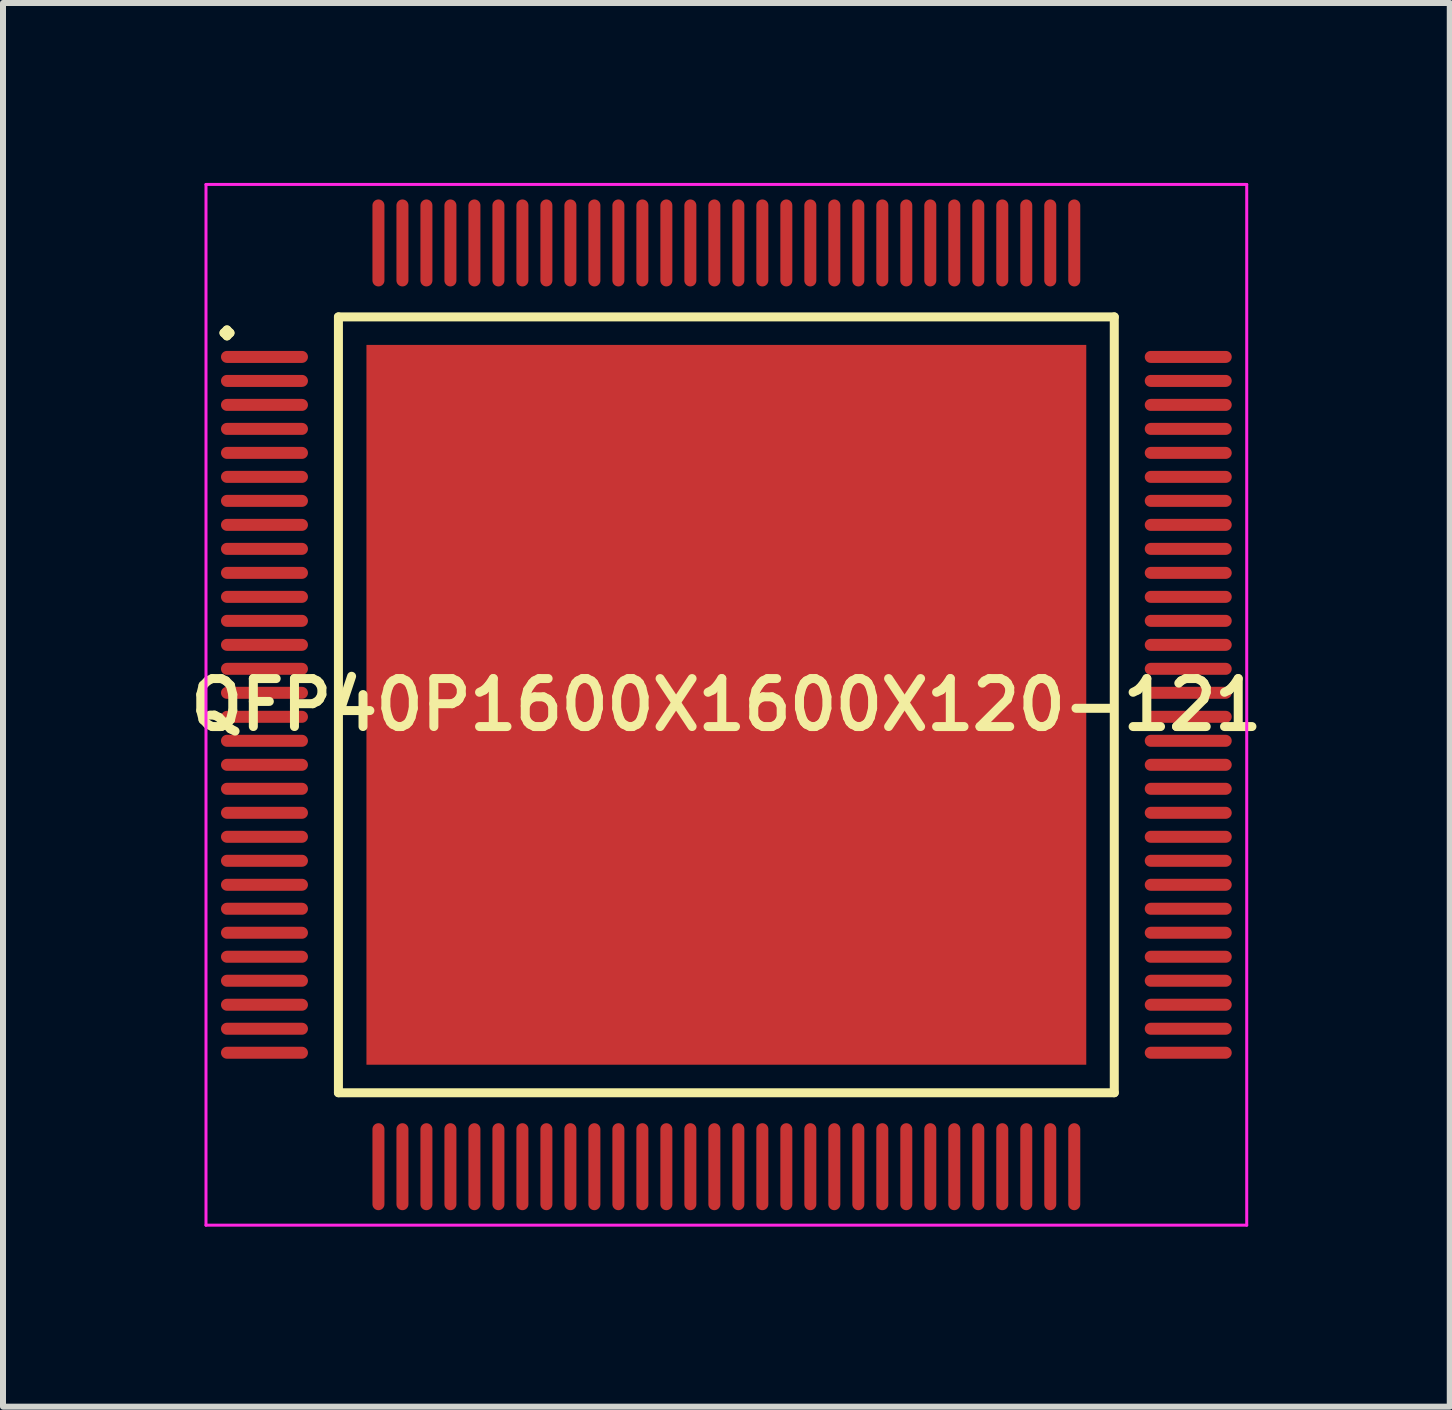
<source format=kicad_pcb>
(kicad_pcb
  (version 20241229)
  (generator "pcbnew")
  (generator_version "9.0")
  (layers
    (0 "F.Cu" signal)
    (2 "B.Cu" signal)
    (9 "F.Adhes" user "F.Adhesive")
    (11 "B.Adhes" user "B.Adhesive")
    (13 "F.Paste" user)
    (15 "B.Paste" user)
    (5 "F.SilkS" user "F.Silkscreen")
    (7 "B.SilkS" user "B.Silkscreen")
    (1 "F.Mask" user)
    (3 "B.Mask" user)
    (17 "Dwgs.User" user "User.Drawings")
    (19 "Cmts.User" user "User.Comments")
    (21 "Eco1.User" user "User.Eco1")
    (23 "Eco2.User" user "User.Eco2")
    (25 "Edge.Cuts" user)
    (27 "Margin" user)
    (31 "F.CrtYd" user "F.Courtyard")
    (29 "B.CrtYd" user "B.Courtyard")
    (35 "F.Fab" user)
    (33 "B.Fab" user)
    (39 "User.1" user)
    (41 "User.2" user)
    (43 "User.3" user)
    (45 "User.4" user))
  (footprint "QFP40P1600X1600X120-121"
    (layer "F.Cu")
    (at 9.059 8.7)
    (property "Reference" "QFP40P1600X1600X120-121" (at 0 0 0) (layer "F.SilkS") (effects (font (size 0.8 0.8) (thickness 0.15))))
    (attr smd)
    (fp_line (start -8.375 -6.2) (end -8.325 -6.25) (stroke (width 0.15) (type solid)) (layer "F.SilkS"))
    (fp_line (start -8.325 -6.25) (end -8.275 -6.2) (stroke (width 0.15) (type solid)) (layer "F.SilkS"))
    (fp_line (start -8.325 -6.15) (end -8.375 -6.2) (stroke (width 0.15) (type solid)) (layer "F.SilkS"))
    (fp_line (start -8.275 -6.2) (end -8.325 -6.15) (stroke (width 0.15) (type solid)) (layer "F.SilkS"))
    (fp_line (start -6.467 -6.467) (end -6.467 6.467) (stroke (width 0.15) (type solid)) (layer "F.SilkS"))
    (fp_line (start -6.467 6.467) (end 6.467 6.467) (stroke (width 0.15) (type solid)) (layer "F.SilkS"))
    (fp_line (start 6.467 -6.467) (end -6.467 -6.467) (stroke (width 0.15) (type solid)) (layer "F.SilkS"))
    (fp_line (start 6.467 6.467) (end 6.467 -6.467) (stroke (width 0.15) (type solid)) (layer "F.SilkS"))
    (fp_line (start -8.675 -8.675) (end 8.675 -8.675) (stroke (width 0.05) (type solid)) (layer "F.CrtYd"))
    (fp_line (start -8.675 8.675) (end -8.675 -8.675) (stroke (width 0.05) (type solid)) (layer "F.CrtYd"))
    (fp_line (start 8.675 -8.675) (end 8.675 8.675) (stroke (width 0.05) (type solid)) (layer "F.CrtYd"))
    (fp_line (start 8.675 8.675) (end -8.675 8.675) (stroke (width 0.05) (type solid)) (layer "F.CrtYd"))
    (pad "1" smd oval (at -7.7 -5.8) (size 1.45 0.2) (layers "F.Cu" "F.Mask" "F.Paste"))
    (pad "2" smd oval (at -7.7 -5.4) (size 1.45 0.2) (layers "F.Cu" "F.Mask" "F.Paste"))
    (pad "3" smd oval (at -7.7 -5) (size 1.45 0.2) (layers "F.Cu" "F.Mask" "F.Paste"))
    (pad "4" smd oval (at -7.7 -4.6) (size 1.45 0.2) (layers "F.Cu" "F.Mask" "F.Paste"))
    (pad "5" smd oval (at -7.7 -4.2) (size 1.45 0.2) (layers "F.Cu" "F.Mask" "F.Paste"))
    (pad "6" smd oval (at -7.7 -3.8) (size 1.45 0.2) (layers "F.Cu" "F.Mask" "F.Paste"))
    (pad "7" smd oval (at -7.7 -3.4) (size 1.45 0.2) (layers "F.Cu" "F.Mask" "F.Paste"))
    (pad "8" smd oval (at -7.7 -3) (size 1.45 0.2) (layers "F.Cu" "F.Mask" "F.Paste"))
    (pad "9" smd oval (at -7.7 -2.6) (size 1.45 0.2) (layers "F.Cu" "F.Mask" "F.Paste"))
    (pad "10" smd oval (at -7.7 -2.2) (size 1.45 0.2) (layers "F.Cu" "F.Mask" "F.Paste"))
    (pad "11" smd oval (at -7.7 -1.8) (size 1.45 0.2) (layers "F.Cu" "F.Mask" "F.Paste"))
    (pad "12" smd oval (at -7.7 -1.4) (size 1.45 0.2) (layers "F.Cu" "F.Mask" "F.Paste"))
    (pad "13" smd oval (at -7.7 -1) (size 1.45 0.2) (layers "F.Cu" "F.Mask" "F.Paste"))
    (pad "14" smd oval (at -7.7 -0.6) (size 1.45 0.2) (layers "F.Cu" "F.Mask" "F.Paste"))
    (pad "15" smd oval (at -7.7 -0.2) (size 1.45 0.2) (layers "F.Cu" "F.Mask" "F.Paste"))
    (pad "16" smd oval (at -7.7 0.2) (size 1.45 0.2) (layers "F.Cu" "F.Mask" "F.Paste"))
    (pad "17" smd oval (at -7.7 0.6) (size 1.45 0.2) (layers "F.Cu" "F.Mask" "F.Paste"))
    (pad "18" smd oval (at -7.7 1) (size 1.45 0.2) (layers "F.Cu" "F.Mask" "F.Paste"))
    (pad "19" smd oval (at -7.7 1.4) (size 1.45 0.2) (layers "F.Cu" "F.Mask" "F.Paste"))
    (pad "20" smd oval (at -7.7 1.8) (size 1.45 0.2) (layers "F.Cu" "F.Mask" "F.Paste"))
    (pad "21" smd oval (at -7.7 2.2) (size 1.45 0.2) (layers "F.Cu" "F.Mask" "F.Paste"))
    (pad "22" smd oval (at -7.7 2.6) (size 1.45 0.2) (layers "F.Cu" "F.Mask" "F.Paste"))
    (pad "23" smd oval (at -7.7 3) (size 1.45 0.2) (layers "F.Cu" "F.Mask" "F.Paste"))
    (pad "24" smd oval (at -7.7 3.4) (size 1.45 0.2) (layers "F.Cu" "F.Mask" "F.Paste"))
    (pad "25" smd oval (at -7.7 3.8) (size 1.45 0.2) (layers "F.Cu" "F.Mask" "F.Paste"))
    (pad "26" smd oval (at -7.7 4.2) (size 1.45 0.2) (layers "F.Cu" "F.Mask" "F.Paste"))
    (pad "27" smd oval (at -7.7 4.6) (size 1.45 0.2) (layers "F.Cu" "F.Mask" "F.Paste"))
    (pad "28" smd oval (at -7.7 5) (size 1.45 0.2) (layers "F.Cu" "F.Mask" "F.Paste"))
    (pad "29" smd oval (at -7.7 5.4) (size 1.45 0.2) (layers "F.Cu" "F.Mask" "F.Paste"))
    (pad "30" smd oval (at -7.7 5.8) (size 1.45 0.2) (layers "F.Cu" "F.Mask" "F.Paste"))
    (pad "31" smd oval (at -5.8 7.7) (size 0.2 1.45) (layers "F.Cu" "F.Mask" "F.Paste"))
    (pad "32" smd oval (at -5.4 7.7) (size 0.2 1.45) (layers "F.Cu" "F.Mask" "F.Paste"))
    (pad "33" smd oval (at -5 7.7) (size 0.2 1.45) (layers "F.Cu" "F.Mask" "F.Paste"))
    (pad "34" smd oval (at -4.6 7.7) (size 0.2 1.45) (layers "F.Cu" "F.Mask" "F.Paste"))
    (pad "35" smd oval (at -4.2 7.7) (size 0.2 1.45) (layers "F.Cu" "F.Mask" "F.Paste"))
    (pad "36" smd oval (at -3.8 7.7) (size 0.2 1.45) (layers "F.Cu" "F.Mask" "F.Paste"))
    (pad "37" smd oval (at -3.4 7.7) (size 0.2 1.45) (layers "F.Cu" "F.Mask" "F.Paste"))
    (pad "38" smd oval (at -3 7.7) (size 0.2 1.45) (layers "F.Cu" "F.Mask" "F.Paste"))
    (pad "39" smd oval (at -2.6 7.7) (size 0.2 1.45) (layers "F.Cu" "F.Mask" "F.Paste"))
    (pad "40" smd oval (at -2.2 7.7) (size 0.2 1.45) (layers "F.Cu" "F.Mask" "F.Paste"))
    (pad "41" smd oval (at -1.8 7.7) (size 0.2 1.45) (layers "F.Cu" "F.Mask" "F.Paste"))
    (pad "42" smd oval (at -1.4 7.7) (size 0.2 1.45) (layers "F.Cu" "F.Mask" "F.Paste"))
    (pad "43" smd oval (at -1 7.7) (size 0.2 1.45) (layers "F.Cu" "F.Mask" "F.Paste"))
    (pad "44" smd oval (at -0.6 7.7) (size 0.2 1.45) (layers "F.Cu" "F.Mask" "F.Paste"))
    (pad "45" smd oval (at -0.2 7.7) (size 0.2 1.45) (layers "F.Cu" "F.Mask" "F.Paste"))
    (pad "46" smd oval (at 0.2 7.7) (size 0.2 1.45) (layers "F.Cu" "F.Mask" "F.Paste"))
    (pad "47" smd oval (at 0.6 7.7) (size 0.2 1.45) (layers "F.Cu" "F.Mask" "F.Paste"))
    (pad "48" smd oval (at 1 7.7) (size 0.2 1.45) (layers "F.Cu" "F.Mask" "F.Paste"))
    (pad "49" smd oval (at 1.4 7.7) (size 0.2 1.45) (layers "F.Cu" "F.Mask" "F.Paste"))
    (pad "50" smd oval (at 1.8 7.7) (size 0.2 1.45) (layers "F.Cu" "F.Mask" "F.Paste"))
    (pad "51" smd oval (at 2.2 7.7) (size 0.2 1.45) (layers "F.Cu" "F.Mask" "F.Paste"))
    (pad "52" smd oval (at 2.6 7.7) (size 0.2 1.45) (layers "F.Cu" "F.Mask" "F.Paste"))
    (pad "53" smd oval (at 3 7.7) (size 0.2 1.45) (layers "F.Cu" "F.Mask" "F.Paste"))
    (pad "54" smd oval (at 3.4 7.7) (size 0.2 1.45) (layers "F.Cu" "F.Mask" "F.Paste"))
    (pad "55" smd oval (at 3.8 7.7) (size 0.2 1.45) (layers "F.Cu" "F.Mask" "F.Paste"))
    (pad "56" smd oval (at 4.2 7.7) (size 0.2 1.45) (layers "F.Cu" "F.Mask" "F.Paste"))
    (pad "57" smd oval (at 4.6 7.7) (size 0.2 1.45) (layers "F.Cu" "F.Mask" "F.Paste"))
    (pad "58" smd oval (at 5 7.7) (size 0.2 1.45) (layers "F.Cu" "F.Mask" "F.Paste"))
    (pad "59" smd oval (at 5.4 7.7) (size 0.2 1.45) (layers "F.Cu" "F.Mask" "F.Paste"))
    (pad "60" smd oval (at 5.8 7.7) (size 0.2 1.45) (layers "F.Cu" "F.Mask" "F.Paste"))
    (pad "61" smd oval (at 7.7 5.8) (size 1.45 0.2) (layers "F.Cu" "F.Mask" "F.Paste"))
    (pad "62" smd oval (at 7.7 5.4) (size 1.45 0.2) (layers "F.Cu" "F.Mask" "F.Paste"))
    (pad "63" smd oval (at 7.7 5) (size 1.45 0.2) (layers "F.Cu" "F.Mask" "F.Paste"))
    (pad "64" smd oval (at 7.7 4.6) (size 1.45 0.2) (layers "F.Cu" "F.Mask" "F.Paste"))
    (pad "65" smd oval (at 7.7 4.2) (size 1.45 0.2) (layers "F.Cu" "F.Mask" "F.Paste"))
    (pad "66" smd oval (at 7.7 3.8) (size 1.45 0.2) (layers "F.Cu" "F.Mask" "F.Paste"))
    (pad "67" smd oval (at 7.7 3.4) (size 1.45 0.2) (layers "F.Cu" "F.Mask" "F.Paste"))
    (pad "68" smd oval (at 7.7 3) (size 1.45 0.2) (layers "F.Cu" "F.Mask" "F.Paste"))
    (pad "69" smd oval (at 7.7 2.6) (size 1.45 0.2) (layers "F.Cu" "F.Mask" "F.Paste"))
    (pad "70" smd oval (at 7.7 2.2) (size 1.45 0.2) (layers "F.Cu" "F.Mask" "F.Paste"))
    (pad "71" smd oval (at 7.7 1.8) (size 1.45 0.2) (layers "F.Cu" "F.Mask" "F.Paste"))
    (pad "72" smd oval (at 7.7 1.4) (size 1.45 0.2) (layers "F.Cu" "F.Mask" "F.Paste"))
    (pad "73" smd oval (at 7.7 1) (size 1.45 0.2) (layers "F.Cu" "F.Mask" "F.Paste"))
    (pad "74" smd oval (at 7.7 0.6) (size 1.45 0.2) (layers "F.Cu" "F.Mask" "F.Paste"))
    (pad "75" smd oval (at 7.7 0.2) (size 1.45 0.2) (layers "F.Cu" "F.Mask" "F.Paste"))
    (pad "76" smd oval (at 7.7 -0.2) (size 1.45 0.2) (layers "F.Cu" "F.Mask" "F.Paste"))
    (pad "77" smd oval (at 7.7 -0.6) (size 1.45 0.2) (layers "F.Cu" "F.Mask" "F.Paste"))
    (pad "78" smd oval (at 7.7 -1) (size 1.45 0.2) (layers "F.Cu" "F.Mask" "F.Paste"))
    (pad "79" smd oval (at 7.7 -1.4) (size 1.45 0.2) (layers "F.Cu" "F.Mask" "F.Paste"))
    (pad "80" smd oval (at 7.7 -1.8) (size 1.45 0.2) (layers "F.Cu" "F.Mask" "F.Paste"))
    (pad "81" smd oval (at 7.7 -2.2) (size 1.45 0.2) (layers "F.Cu" "F.Mask" "F.Paste"))
    (pad "82" smd oval (at 7.7 -2.6) (size 1.45 0.2) (layers "F.Cu" "F.Mask" "F.Paste"))
    (pad "83" smd oval (at 7.7 -3) (size 1.45 0.2) (layers "F.Cu" "F.Mask" "F.Paste"))
    (pad "84" smd oval (at 7.7 -3.4) (size 1.45 0.2) (layers "F.Cu" "F.Mask" "F.Paste"))
    (pad "85" smd oval (at 7.7 -3.8) (size 1.45 0.2) (layers "F.Cu" "F.Mask" "F.Paste"))
    (pad "86" smd oval (at 7.7 -4.2) (size 1.45 0.2) (layers "F.Cu" "F.Mask" "F.Paste"))
    (pad "87" smd oval (at 7.7 -4.6) (size 1.45 0.2) (layers "F.Cu" "F.Mask" "F.Paste"))
    (pad "88" smd oval (at 7.7 -5) (size 1.45 0.2) (layers "F.Cu" "F.Mask" "F.Paste"))
    (pad "89" smd oval (at 7.7 -5.4) (size 1.45 0.2) (layers "F.Cu" "F.Mask" "F.Paste"))
    (pad "90" smd oval (at 7.7 -5.8) (size 1.45 0.2) (layers "F.Cu" "F.Mask" "F.Paste"))
    (pad "91" smd oval (at 5.8 -7.7) (size 0.2 1.45) (layers "F.Cu" "F.Mask" "F.Paste"))
    (pad "92" smd oval (at 5.4 -7.7) (size 0.2 1.45) (layers "F.Cu" "F.Mask" "F.Paste"))
    (pad "93" smd oval (at 5 -7.7) (size 0.2 1.45) (layers "F.Cu" "F.Mask" "F.Paste"))
    (pad "94" smd oval (at 4.6 -7.7) (size 0.2 1.45) (layers "F.Cu" "F.Mask" "F.Paste"))
    (pad "95" smd oval (at 4.2 -7.7) (size 0.2 1.45) (layers "F.Cu" "F.Mask" "F.Paste"))
    (pad "96" smd oval (at 3.8 -7.7) (size 0.2 1.45) (layers "F.Cu" "F.Mask" "F.Paste"))
    (pad "97" smd oval (at 3.4 -7.7) (size 0.2 1.45) (layers "F.Cu" "F.Mask" "F.Paste"))
    (pad "98" smd oval (at 3 -7.7) (size 0.2 1.45) (layers "F.Cu" "F.Mask" "F.Paste"))
    (pad "99" smd oval (at 2.6 -7.7) (size 0.2 1.45) (layers "F.Cu" "F.Mask" "F.Paste"))
    (pad "100" smd oval (at 2.2 -7.7) (size 0.2 1.45) (layers "F.Cu" "F.Mask" "F.Paste"))
    (pad "101" smd oval (at 1.8 -7.7) (size 0.2 1.45) (layers "F.Cu" "F.Mask" "F.Paste"))
    (pad "102" smd oval (at 1.4 -7.7) (size 0.2 1.45) (layers "F.Cu" "F.Mask" "F.Paste"))
    (pad "103" smd oval (at 1 -7.7) (size 0.2 1.45) (layers "F.Cu" "F.Mask" "F.Paste"))
    (pad "104" smd oval (at 0.6 -7.7) (size 0.2 1.45) (layers "F.Cu" "F.Mask" "F.Paste"))
    (pad "105" smd oval (at 0.2 -7.7) (size 0.2 1.45) (layers "F.Cu" "F.Mask" "F.Paste"))
    (pad "106" smd oval (at -0.2 -7.7) (size 0.2 1.45) (layers "F.Cu" "F.Mask" "F.Paste"))
    (pad "107" smd oval (at -0.6 -7.7) (size 0.2 1.45) (layers "F.Cu" "F.Mask" "F.Paste"))
    (pad "108" smd oval (at -1 -7.7) (size 0.2 1.45) (layers "F.Cu" "F.Mask" "F.Paste"))
    (pad "109" smd oval (at -1.4 -7.7) (size 0.2 1.45) (layers "F.Cu" "F.Mask" "F.Paste"))
    (pad "110" smd oval (at -1.8 -7.7) (size 0.2 1.45) (layers "F.Cu" "F.Mask" "F.Paste"))
    (pad "111" smd oval (at -2.2 -7.7) (size 0.2 1.45) (layers "F.Cu" "F.Mask" "F.Paste"))
    (pad "112" smd oval (at -2.6 -7.7) (size 0.2 1.45) (layers "F.Cu" "F.Mask" "F.Paste"))
    (pad "113" smd oval (at -3 -7.7) (size 0.2 1.45) (layers "F.Cu" "F.Mask" "F.Paste"))
    (pad "114" smd oval (at -3.4 -7.7) (size 0.2 1.45) (layers "F.Cu" "F.Mask" "F.Paste"))
    (pad "115" smd oval (at -3.8 -7.7) (size 0.2 1.45) (layers "F.Cu" "F.Mask" "F.Paste"))
    (pad "116" smd oval (at -4.2 -7.7) (size 0.2 1.45) (layers "F.Cu" "F.Mask" "F.Paste"))
    (pad "117" smd oval (at -4.6 -7.7) (size 0.2 1.45) (layers "F.Cu" "F.Mask" "F.Paste"))
    (pad "118" smd oval (at -5 -7.7) (size 0.2 1.45) (layers "F.Cu" "F.Mask" "F.Paste"))
    (pad "119" smd oval (at -5.4 -7.7) (size 0.2 1.45) (layers "F.Cu" "F.Mask" "F.Paste"))
    (pad "120" smd oval (at -5.8 -7.7) (size 0.2 1.45) (layers "F.Cu" "F.Mask" "F.Paste"))
    (pad "121" smd rect (at 0 0) (size 12 12) (layers "F.Cu" "F.Mask" "F.Paste")))
  (gr_rect
    (start -3 -3)
    (end 21.119 20.4)
    (stroke (width 0.1) (type default))
    (fill no)
    (layer "Edge.Cuts")))
</source>
